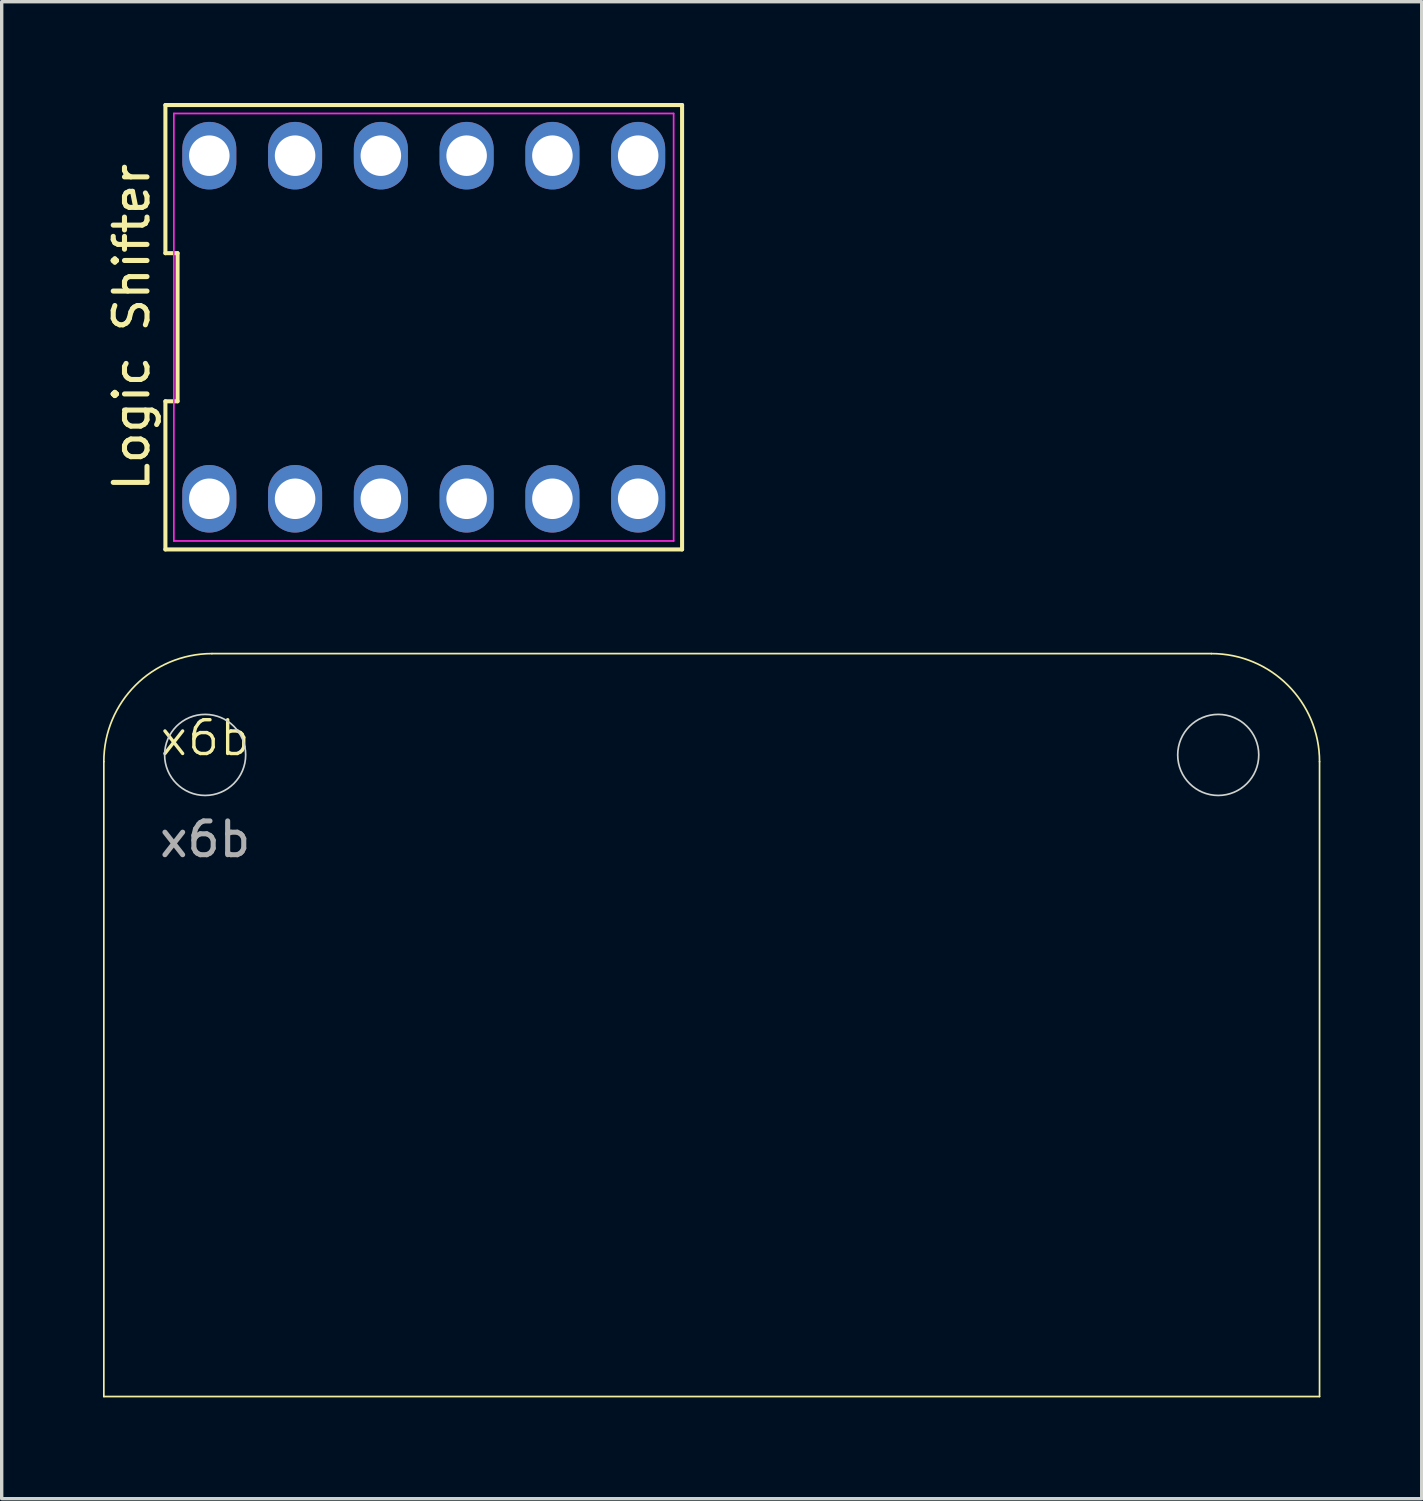
<source format=kicad_pcb>
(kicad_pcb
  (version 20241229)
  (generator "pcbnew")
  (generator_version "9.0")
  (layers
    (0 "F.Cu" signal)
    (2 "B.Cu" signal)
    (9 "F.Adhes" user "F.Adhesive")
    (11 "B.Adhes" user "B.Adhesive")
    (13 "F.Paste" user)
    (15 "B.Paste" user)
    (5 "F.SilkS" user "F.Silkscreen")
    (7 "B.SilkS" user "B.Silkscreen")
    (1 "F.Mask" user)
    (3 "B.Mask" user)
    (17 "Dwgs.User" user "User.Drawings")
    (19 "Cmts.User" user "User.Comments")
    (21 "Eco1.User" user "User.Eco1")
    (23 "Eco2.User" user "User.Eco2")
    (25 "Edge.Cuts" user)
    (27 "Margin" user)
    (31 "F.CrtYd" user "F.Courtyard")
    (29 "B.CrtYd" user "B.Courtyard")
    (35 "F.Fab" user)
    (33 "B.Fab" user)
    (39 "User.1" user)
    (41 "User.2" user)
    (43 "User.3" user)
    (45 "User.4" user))
  (footprint "Logic Shifter"
    (layer "F.Cu")
    (at 9.498 6.64)
    (property "Reference" "Logic Shifter" (at -8.65 0 90) (layer "F.SilkS") (effects (font (size 1 1) (thickness 0.15))))
    (attr through_hole)
    (fp_line (start -7.65 -6.58) (end -7.65 -2.193) (stroke (width 0.12) (type default)) (layer "F.SilkS"))
    (fp_line (start -7.65 -2.193) (end -7.29 -2.193) (stroke (width 0.12) (type default)) (layer "F.SilkS"))
    (fp_line (start -7.65 2.193) (end -7.65 6.58) (stroke (width 0.12) (type default)) (layer "F.SilkS"))
    (fp_line (start -7.65 6.58) (end 7.65 6.58) (stroke (width 0.12) (type default)) (layer "F.SilkS"))
    (fp_line (start -7.29 -2.193) (end -7.29 2.193) (stroke (width 0.12) (type default)) (layer "F.SilkS"))
    (fp_line (start -7.29 2.193) (end -7.65 2.193) (stroke (width 0.12) (type default)) (layer "F.SilkS"))
    (fp_line (start 7.65 -6.58) (end -7.65 -6.58) (stroke (width 0.12) (type default)) (layer "F.SilkS"))
    (fp_line (start 7.65 6.58) (end 7.65 -6.58) (stroke (width 0.12) (type default)) (layer "F.SilkS"))
    (fp_line (start -7.4 -6.33) (end 7.4 -6.33) (stroke (width 0.05) (type default)) (layer "F.CrtYd"))
    (fp_line (start -7.4 6.33) (end -7.4 -6.33) (stroke (width 0.05) (type default)) (layer "F.CrtYd"))
    (fp_line (start 7.4 -6.33) (end 7.4 6.33) (stroke (width 0.05) (type default)) (layer "F.CrtYd"))
    (fp_line (start 7.4 6.33) (end -7.4 6.33) (stroke (width 0.05) (type default)) (layer "F.CrtYd"))
    (pad "1" thru_hole oval (at -6.35 5.08) (size 1.6 2) (drill 1.2) (layers "*.Cu" "*.Mask"))
    (pad "2" thru_hole oval (at -3.81 5.08) (size 1.6 2) (drill 1.2) (layers "*.Cu" "*.Mask"))
    (pad "3" thru_hole oval (at -1.27 5.08) (size 1.6 2) (drill 1.2) (layers "*.Cu" "*.Mask"))
    (pad "4" thru_hole oval (at 1.27 5.08) (size 1.6 2) (drill 1.2) (layers "*.Cu" "*.Mask"))
    (pad "5" thru_hole oval (at 3.81 5.08) (size 1.6 2) (drill 1.2) (layers "*.Cu" "*.Mask"))
    (pad "6" thru_hole oval (at 6.35 5.08) (size 1.6 2) (drill 1.2) (layers "*.Cu" "*.Mask"))
    (pad "7" thru_hole oval (at 6.35 -5.08) (size 1.6 2) (drill 1.2) (layers "*.Cu" "*.Mask"))
    (pad "8" thru_hole oval (at 3.81 -5.08) (size 1.6 2) (drill 1.2) (layers "*.Cu" "*.Mask"))
    (pad "9" thru_hole oval (at 1.27 -5.08) (size 1.6 2) (drill 1.2) (layers "*.Cu" "*.Mask"))
    (pad "10" thru_hole oval (at -1.27 -5.08) (size 1.6 2) (drill 1.2) (layers "*.Cu" "*.Mask"))
    (pad "11" thru_hole oval (at -3.81 -5.08) (size 1.6 2) (drill 1.2) (layers "*.Cu" "*.Mask"))
    (pad "12" thru_hole oval (at -6.35 -5.08) (size 1.6 2) (drill 1.2) (layers "*.Cu" "*.Mask")))
  (footprint "x6b"
    (layer "F.Cu")
    (at 3.025 19.305)
    (property "Reference" "x6b" (at 0 -0.5 0) (unlocked yes) (layer "F.SilkS") (effects (font (size 1 1) (thickness 0.1))))
    (attr through_hole)
    (fp_line (start -3 0.2) (end -3 19) (stroke (width 0.05) (type solid)) (layer "F.SilkS"))
    (fp_line (start 0.2 -3) (end 29.8 -3) (stroke (width 0.05) (type solid)) (layer "F.SilkS"))
    (fp_line (start 33 0.2) (end 33 19) (stroke (width 0.05) (type solid)) (layer "F.SilkS"))
    (fp_line (start 33 19) (end -3 19) (stroke (width 0.05) (type solid)) (layer "F.SilkS"))
    (fp_arc (start -3 0.2) (mid -2.062742 -2.062742) (end 0.2 -3) (stroke (width 0.05) (type default)) (layer "F.SilkS"))
    (fp_arc (start 29.8 -3) (mid 32.062742 -2.062742) (end 33 0.2) (stroke (width 0.05) (type default)) (layer "F.SilkS"))
    (fp_circle (center 0 0) (end 1.2 0) (stroke (width 0.05) (type solid)) (fill no) (layer "Edge.Cuts"))
    (fp_circle (center 30 0) (end 31.2 0) (stroke (width 0.05) (type solid)) (fill no) (layer "Edge.Cuts"))
    (fp_text user "${REFERENCE}" (at 0 2.5 0) (unlocked yes) (layer "F.Fab") (effects (font (size 1 1) (thickness 0.15)))))
  (gr_rect
    (start -3 -3)
    (end 39.05 41.33)
    (stroke (width 0.1) (type default))
    (fill no)
    (layer "Edge.Cuts")))
</source>
